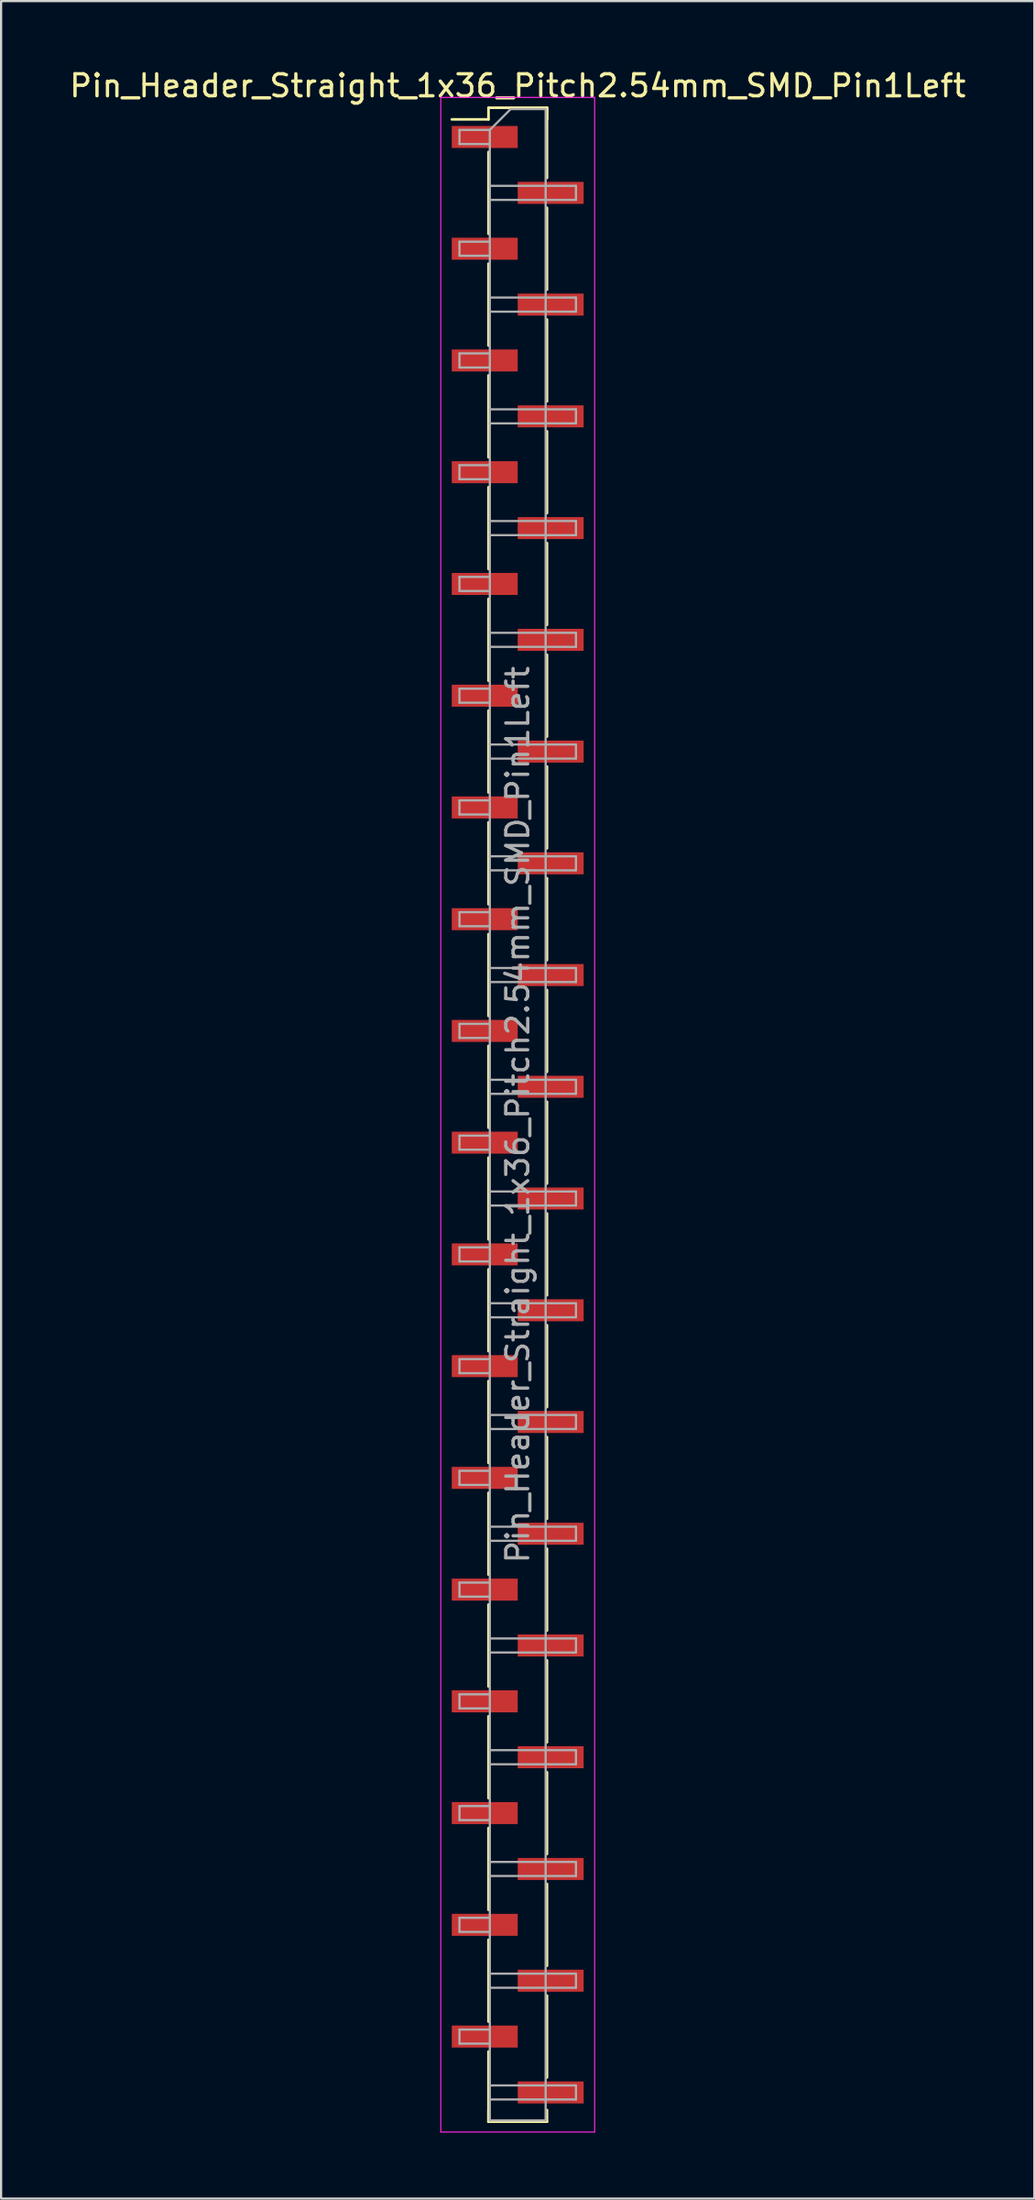
<source format=kicad_pcb>
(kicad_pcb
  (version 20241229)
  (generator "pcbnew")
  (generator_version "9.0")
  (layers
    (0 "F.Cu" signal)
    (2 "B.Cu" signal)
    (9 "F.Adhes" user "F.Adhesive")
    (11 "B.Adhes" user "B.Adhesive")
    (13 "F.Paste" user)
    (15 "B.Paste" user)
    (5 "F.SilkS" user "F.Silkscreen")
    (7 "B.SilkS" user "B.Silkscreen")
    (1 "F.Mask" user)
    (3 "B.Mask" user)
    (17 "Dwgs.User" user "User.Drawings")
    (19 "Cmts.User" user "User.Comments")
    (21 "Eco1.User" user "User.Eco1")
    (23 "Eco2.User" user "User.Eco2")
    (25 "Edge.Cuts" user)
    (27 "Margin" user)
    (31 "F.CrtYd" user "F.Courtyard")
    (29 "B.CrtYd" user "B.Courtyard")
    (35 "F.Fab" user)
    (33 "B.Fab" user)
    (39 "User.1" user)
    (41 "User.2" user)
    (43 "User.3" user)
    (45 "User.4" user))
  (footprint "Pin_Header_Straight_1x36_Pitch2.54mm_SMD_Pin1Left"
    (layer "F.Cu")
    (at 20.506 47.628)
    (property "Reference" "Pin_Header_Straight_1x36_Pitch2.54mm_SMD_Pin1Left" (at 0 -46.78 0) (layer "F.SilkS") (effects (font (size 1 1) (thickness 0.15))))
    (attr smd)
    (fp_line (start -1.33 -45.78) (end 1.33 -45.78) (stroke (width 0.12) (type solid)) (layer "F.SilkS"))
    (fp_line (start -1.33 -45.25) (end -3 -45.25) (stroke (width 0.12) (type solid)) (layer "F.SilkS"))
    (fp_line (start -1.33 -45.25) (end -1.33 -45.78) (stroke (width 0.12) (type solid)) (layer "F.SilkS"))
    (fp_line (start -1.33 -43.77) (end -1.33 -40.05) (stroke (width 0.12) (type solid)) (layer "F.SilkS"))
    (fp_line (start -1.33 -38.69) (end -1.33 -34.97) (stroke (width 0.12) (type solid)) (layer "F.SilkS"))
    (fp_line (start -1.33 -33.61) (end -1.33 -29.89) (stroke (width 0.12) (type solid)) (layer "F.SilkS"))
    (fp_line (start -1.33 -28.53) (end -1.33 -24.81) (stroke (width 0.12) (type solid)) (layer "F.SilkS"))
    (fp_line (start -1.33 -23.45) (end -1.33 -19.73) (stroke (width 0.12) (type solid)) (layer "F.SilkS"))
    (fp_line (start -1.33 -18.37) (end -1.33 -14.65) (stroke (width 0.12) (type solid)) (layer "F.SilkS"))
    (fp_line (start -1.33 -13.29) (end -1.33 -9.57) (stroke (width 0.12) (type solid)) (layer "F.SilkS"))
    (fp_line (start -1.33 -8.21) (end -1.33 -4.49) (stroke (width 0.12) (type solid)) (layer "F.SilkS"))
    (fp_line (start -1.33 -3.13) (end -1.33 0.59) (stroke (width 0.12) (type solid)) (layer "F.SilkS"))
    (fp_line (start -1.33 1.95) (end -1.33 5.67) (stroke (width 0.12) (type solid)) (layer "F.SilkS"))
    (fp_line (start -1.33 7.03) (end -1.33 10.75) (stroke (width 0.12) (type solid)) (layer "F.SilkS"))
    (fp_line (start -1.33 12.11) (end -1.33 15.83) (stroke (width 0.12) (type solid)) (layer "F.SilkS"))
    (fp_line (start -1.33 17.19) (end -1.33 20.91) (stroke (width 0.12) (type solid)) (layer "F.SilkS"))
    (fp_line (start -1.33 22.27) (end -1.33 25.99) (stroke (width 0.12) (type solid)) (layer "F.SilkS"))
    (fp_line (start -1.33 27.35) (end -1.33 31.07) (stroke (width 0.12) (type solid)) (layer "F.SilkS"))
    (fp_line (start -1.33 32.43) (end -1.33 36.15) (stroke (width 0.12) (type solid)) (layer "F.SilkS"))
    (fp_line (start -1.33 37.51) (end -1.33 41.23) (stroke (width 0.12) (type solid)) (layer "F.SilkS"))
    (fp_line (start -1.33 42.59) (end -1.33 45.78) (stroke (width 0.12) (type solid)) (layer "F.SilkS"))
    (fp_line (start -1.33 45.25) (end -1.33 45.78) (stroke (width 0.12) (type solid)) (layer "F.SilkS"))
    (fp_line (start -1.33 45.78) (end 1.33 45.78) (stroke (width 0.12) (type solid)) (layer "F.SilkS"))
    (fp_line (start 1.33 -45.78) (end 1.33 -45.25) (stroke (width 0.12) (type solid)) (layer "F.SilkS"))
    (fp_line (start 1.33 -45.78) (end 1.33 -42.59) (stroke (width 0.12) (type solid)) (layer "F.SilkS"))
    (fp_line (start 1.33 -41.23) (end 1.33 -37.51) (stroke (width 0.12) (type solid)) (layer "F.SilkS"))
    (fp_line (start 1.33 -36.15) (end 1.33 -32.43) (stroke (width 0.12) (type solid)) (layer "F.SilkS"))
    (fp_line (start 1.33 -31.07) (end 1.33 -27.35) (stroke (width 0.12) (type solid)) (layer "F.SilkS"))
    (fp_line (start 1.33 -25.99) (end 1.33 -22.27) (stroke (width 0.12) (type solid)) (layer "F.SilkS"))
    (fp_line (start 1.33 -20.91) (end 1.33 -17.19) (stroke (width 0.12) (type solid)) (layer "F.SilkS"))
    (fp_line (start 1.33 -15.83) (end 1.33 -12.11) (stroke (width 0.12) (type solid)) (layer "F.SilkS"))
    (fp_line (start 1.33 -10.75) (end 1.33 -7.03) (stroke (width 0.12) (type solid)) (layer "F.SilkS"))
    (fp_line (start 1.33 -5.67) (end 1.33 -1.95) (stroke (width 0.12) (type solid)) (layer "F.SilkS"))
    (fp_line (start 1.33 -0.59) (end 1.33 3.13) (stroke (width 0.12) (type solid)) (layer "F.SilkS"))
    (fp_line (start 1.33 4.49) (end 1.33 8.21) (stroke (width 0.12) (type solid)) (layer "F.SilkS"))
    (fp_line (start 1.33 9.57) (end 1.33 13.29) (stroke (width 0.12) (type solid)) (layer "F.SilkS"))
    (fp_line (start 1.33 14.65) (end 1.33 18.37) (stroke (width 0.12) (type solid)) (layer "F.SilkS"))
    (fp_line (start 1.33 19.73) (end 1.33 23.45) (stroke (width 0.12) (type solid)) (layer "F.SilkS"))
    (fp_line (start 1.33 24.81) (end 1.33 28.53) (stroke (width 0.12) (type solid)) (layer "F.SilkS"))
    (fp_line (start 1.33 29.89) (end 1.33 33.61) (stroke (width 0.12) (type solid)) (layer "F.SilkS"))
    (fp_line (start 1.33 34.97) (end 1.33 38.69) (stroke (width 0.12) (type solid)) (layer "F.SilkS"))
    (fp_line (start 1.33 40.05) (end 1.33 43.77) (stroke (width 0.12) (type solid)) (layer "F.SilkS"))
    (fp_line (start 1.33 45.78) (end 1.33 45.25) (stroke (width 0.12) (type solid)) (layer "F.SilkS"))
    (fp_line (start -3.5 -46.25) (end -3.5 46.25) (stroke (width 0.05) (type solid)) (layer "F.CrtYd"))
    (fp_line (start -3.5 46.25) (end 3.5 46.25) (stroke (width 0.05) (type solid)) (layer "F.CrtYd"))
    (fp_line (start 3.5 -46.25) (end -3.5 -46.25) (stroke (width 0.05) (type solid)) (layer "F.CrtYd"))
    (fp_line (start 3.5 46.25) (end 3.5 -46.25) (stroke (width 0.05) (type solid)) (layer "F.CrtYd"))
    (fp_line (start -2.65 -44.77) (end -2.65 -44.13) (stroke (width 0.1) (type solid)) (layer "F.Fab"))
    (fp_line (start -2.65 -44.13) (end -1.27 -44.13) (stroke (width 0.1) (type solid)) (layer "F.Fab"))
    (fp_line (start -2.65 -39.69) (end -2.65 -39.05) (stroke (width 0.1) (type solid)) (layer "F.Fab"))
    (fp_line (start -2.65 -39.05) (end -1.27 -39.05) (stroke (width 0.1) (type solid)) (layer "F.Fab"))
    (fp_line (start -2.65 -34.61) (end -2.65 -33.97) (stroke (width 0.1) (type solid)) (layer "F.Fab"))
    (fp_line (start -2.65 -33.97) (end -1.27 -33.97) (stroke (width 0.1) (type solid)) (layer "F.Fab"))
    (fp_line (start -2.65 -29.53) (end -2.65 -28.89) (stroke (width 0.1) (type solid)) (layer "F.Fab"))
    (fp_line (start -2.65 -28.89) (end -1.27 -28.89) (stroke (width 0.1) (type solid)) (layer "F.Fab"))
    (fp_line (start -2.65 -24.45) (end -2.65 -23.81) (stroke (width 0.1) (type solid)) (layer "F.Fab"))
    (fp_line (start -2.65 -23.81) (end -1.27 -23.81) (stroke (width 0.1) (type solid)) (layer "F.Fab"))
    (fp_line (start -2.65 -19.37) (end -2.65 -18.73) (stroke (width 0.1) (type solid)) (layer "F.Fab"))
    (fp_line (start -2.65 -18.73) (end -1.27 -18.73) (stroke (width 0.1) (type solid)) (layer "F.Fab"))
    (fp_line (start -2.65 -14.29) (end -2.65 -13.65) (stroke (width 0.1) (type solid)) (layer "F.Fab"))
    (fp_line (start -2.65 -13.65) (end -1.27 -13.65) (stroke (width 0.1) (type solid)) (layer "F.Fab"))
    (fp_line (start -2.65 -9.21) (end -2.65 -8.57) (stroke (width 0.1) (type solid)) (layer "F.Fab"))
    (fp_line (start -2.65 -8.57) (end -1.27 -8.57) (stroke (width 0.1) (type solid)) (layer "F.Fab"))
    (fp_line (start -2.65 -4.13) (end -2.65 -3.49) (stroke (width 0.1) (type solid)) (layer "F.Fab"))
    (fp_line (start -2.65 -3.49) (end -1.27 -3.49) (stroke (width 0.1) (type solid)) (layer "F.Fab"))
    (fp_line (start -2.65 0.95) (end -2.65 1.59) (stroke (width 0.1) (type solid)) (layer "F.Fab"))
    (fp_line (start -2.65 1.59) (end -1.27 1.59) (stroke (width 0.1) (type solid)) (layer "F.Fab"))
    (fp_line (start -2.65 6.03) (end -2.65 6.67) (stroke (width 0.1) (type solid)) (layer "F.Fab"))
    (fp_line (start -2.65 6.67) (end -1.27 6.67) (stroke (width 0.1) (type solid)) (layer "F.Fab"))
    (fp_line (start -2.65 11.11) (end -2.65 11.75) (stroke (width 0.1) (type solid)) (layer "F.Fab"))
    (fp_line (start -2.65 11.75) (end -1.27 11.75) (stroke (width 0.1) (type solid)) (layer "F.Fab"))
    (fp_line (start -2.65 16.19) (end -2.65 16.83) (stroke (width 0.1) (type solid)) (layer "F.Fab"))
    (fp_line (start -2.65 16.83) (end -1.27 16.83) (stroke (width 0.1) (type solid)) (layer "F.Fab"))
    (fp_line (start -2.65 21.27) (end -2.65 21.91) (stroke (width 0.1) (type solid)) (layer "F.Fab"))
    (fp_line (start -2.65 21.91) (end -1.27 21.91) (stroke (width 0.1) (type solid)) (layer "F.Fab"))
    (fp_line (start -2.65 26.35) (end -2.65 26.99) (stroke (width 0.1) (type solid)) (layer "F.Fab"))
    (fp_line (start -2.65 26.99) (end -1.27 26.99) (stroke (width 0.1) (type solid)) (layer "F.Fab"))
    (fp_line (start -2.65 31.43) (end -2.65 32.07) (stroke (width 0.1) (type solid)) (layer "F.Fab"))
    (fp_line (start -2.65 32.07) (end -1.27 32.07) (stroke (width 0.1) (type solid)) (layer "F.Fab"))
    (fp_line (start -2.65 36.51) (end -2.65 37.15) (stroke (width 0.1) (type solid)) (layer "F.Fab"))
    (fp_line (start -2.65 37.15) (end -1.27 37.15) (stroke (width 0.1) (type solid)) (layer "F.Fab"))
    (fp_line (start -2.65 41.59) (end -2.65 42.23) (stroke (width 0.1) (type solid)) (layer "F.Fab"))
    (fp_line (start -2.65 42.23) (end -1.27 42.23) (stroke (width 0.1) (type solid)) (layer "F.Fab"))
    (fp_line (start -1.27 -44.77) (end -2.65 -44.77) (stroke (width 0.1) (type solid)) (layer "F.Fab"))
    (fp_line (start -1.27 -44.77) (end -0.32 -45.72) (stroke (width 0.1) (type solid)) (layer "F.Fab"))
    (fp_line (start -1.27 -42.23) (end 2.65 -42.23) (stroke (width 0.1) (type solid)) (layer "F.Fab"))
    (fp_line (start -1.27 -39.69) (end -2.65 -39.69) (stroke (width 0.1) (type solid)) (layer "F.Fab"))
    (fp_line (start -1.27 -37.15) (end 2.65 -37.15) (stroke (width 0.1) (type solid)) (layer "F.Fab"))
    (fp_line (start -1.27 -34.61) (end -2.65 -34.61) (stroke (width 0.1) (type solid)) (layer "F.Fab"))
    (fp_line (start -1.27 -32.07) (end 2.65 -32.07) (stroke (width 0.1) (type solid)) (layer "F.Fab"))
    (fp_line (start -1.27 -29.53) (end -2.65 -29.53) (stroke (width 0.1) (type solid)) (layer "F.Fab"))
    (fp_line (start -1.27 -26.99) (end 2.65 -26.99) (stroke (width 0.1) (type solid)) (layer "F.Fab"))
    (fp_line (start -1.27 -24.45) (end -2.65 -24.45) (stroke (width 0.1) (type solid)) (layer "F.Fab"))
    (fp_line (start -1.27 -21.91) (end 2.65 -21.91) (stroke (width 0.1) (type solid)) (layer "F.Fab"))
    (fp_line (start -1.27 -19.37) (end -2.65 -19.37) (stroke (width 0.1) (type solid)) (layer "F.Fab"))
    (fp_line (start -1.27 -16.83) (end 2.65 -16.83) (stroke (width 0.1) (type solid)) (layer "F.Fab"))
    (fp_line (start -1.27 -14.29) (end -2.65 -14.29) (stroke (width 0.1) (type solid)) (layer "F.Fab"))
    (fp_line (start -1.27 -11.75) (end 2.65 -11.75) (stroke (width 0.1) (type solid)) (layer "F.Fab"))
    (fp_line (start -1.27 -9.21) (end -2.65 -9.21) (stroke (width 0.1) (type solid)) (layer "F.Fab"))
    (fp_line (start -1.27 -6.67) (end 2.65 -6.67) (stroke (width 0.1) (type solid)) (layer "F.Fab"))
    (fp_line (start -1.27 -4.13) (end -2.65 -4.13) (stroke (width 0.1) (type solid)) (layer "F.Fab"))
    (fp_line (start -1.27 -1.59) (end 2.65 -1.59) (stroke (width 0.1) (type solid)) (layer "F.Fab"))
    (fp_line (start -1.27 0.95) (end -2.65 0.95) (stroke (width 0.1) (type solid)) (layer "F.Fab"))
    (fp_line (start -1.27 3.49) (end 2.65 3.49) (stroke (width 0.1) (type solid)) (layer "F.Fab"))
    (fp_line (start -1.27 6.03) (end -2.65 6.03) (stroke (width 0.1) (type solid)) (layer "F.Fab"))
    (fp_line (start -1.27 8.57) (end 2.65 8.57) (stroke (width 0.1) (type solid)) (layer "F.Fab"))
    (fp_line (start -1.27 11.11) (end -2.65 11.11) (stroke (width 0.1) (type solid)) (layer "F.Fab"))
    (fp_line (start -1.27 13.65) (end 2.65 13.65) (stroke (width 0.1) (type solid)) (layer "F.Fab"))
    (fp_line (start -1.27 16.19) (end -2.65 16.19) (stroke (width 0.1) (type solid)) (layer "F.Fab"))
    (fp_line (start -1.27 18.73) (end 2.65 18.73) (stroke (width 0.1) (type solid)) (layer "F.Fab"))
    (fp_line (start -1.27 21.27) (end -2.65 21.27) (stroke (width 0.1) (type solid)) (layer "F.Fab"))
    (fp_line (start -1.27 23.81) (end 2.65 23.81) (stroke (width 0.1) (type solid)) (layer "F.Fab"))
    (fp_line (start -1.27 26.35) (end -2.65 26.35) (stroke (width 0.1) (type solid)) (layer "F.Fab"))
    (fp_line (start -1.27 28.89) (end 2.65 28.89) (stroke (width 0.1) (type solid)) (layer "F.Fab"))
    (fp_line (start -1.27 31.43) (end -2.65 31.43) (stroke (width 0.1) (type solid)) (layer "F.Fab"))
    (fp_line (start -1.27 33.97) (end 2.65 33.97) (stroke (width 0.1) (type solid)) (layer "F.Fab"))
    (fp_line (start -1.27 36.51) (end -2.65 36.51) (stroke (width 0.1) (type solid)) (layer "F.Fab"))
    (fp_line (start -1.27 39.05) (end 2.65 39.05) (stroke (width 0.1) (type solid)) (layer "F.Fab"))
    (fp_line (start -1.27 41.59) (end -2.65 41.59) (stroke (width 0.1) (type solid)) (layer "F.Fab"))
    (fp_line (start -1.27 44.13) (end 2.65 44.13) (stroke (width 0.1) (type solid)) (layer "F.Fab"))
    (fp_line (start -1.27 45.72) (end -1.27 -44.77) (stroke (width 0.1) (type solid)) (layer "F.Fab"))
    (fp_line (start -0.32 -45.72) (end 1.27 -45.72) (stroke (width 0.1) (type solid)) (layer "F.Fab"))
    (fp_line (start 1.27 -45.72) (end 1.27 45.72) (stroke (width 0.1) (type solid)) (layer "F.Fab"))
    (fp_line (start 1.27 45.72) (end -1.27 45.72) (stroke (width 0.1) (type solid)) (layer "F.Fab"))
    (fp_line (start 2.65 -42.23) (end 2.65 -41.59) (stroke (width 0.1) (type solid)) (layer "F.Fab"))
    (fp_line (start 2.65 -41.59) (end -1.27 -41.59) (stroke (width 0.1) (type solid)) (layer "F.Fab"))
    (fp_line (start 2.65 -37.15) (end 2.65 -36.51) (stroke (width 0.1) (type solid)) (layer "F.Fab"))
    (fp_line (start 2.65 -36.51) (end -1.27 -36.51) (stroke (width 0.1) (type solid)) (layer "F.Fab"))
    (fp_line (start 2.65 -32.07) (end 2.65 -31.43) (stroke (width 0.1) (type solid)) (layer "F.Fab"))
    (fp_line (start 2.65 -31.43) (end -1.27 -31.43) (stroke (width 0.1) (type solid)) (layer "F.Fab"))
    (fp_line (start 2.65 -26.99) (end 2.65 -26.35) (stroke (width 0.1) (type solid)) (layer "F.Fab"))
    (fp_line (start 2.65 -26.35) (end -1.27 -26.35) (stroke (width 0.1) (type solid)) (layer "F.Fab"))
    (fp_line (start 2.65 -21.91) (end 2.65 -21.27) (stroke (width 0.1) (type solid)) (layer "F.Fab"))
    (fp_line (start 2.65 -21.27) (end -1.27 -21.27) (stroke (width 0.1) (type solid)) (layer "F.Fab"))
    (fp_line (start 2.65 -16.83) (end 2.65 -16.19) (stroke (width 0.1) (type solid)) (layer "F.Fab"))
    (fp_line (start 2.65 -16.19) (end -1.27 -16.19) (stroke (width 0.1) (type solid)) (layer "F.Fab"))
    (fp_line (start 2.65 -11.75) (end 2.65 -11.11) (stroke (width 0.1) (type solid)) (layer "F.Fab"))
    (fp_line (start 2.65 -11.11) (end -1.27 -11.11) (stroke (width 0.1) (type solid)) (layer "F.Fab"))
    (fp_line (start 2.65 -6.67) (end 2.65 -6.03) (stroke (width 0.1) (type solid)) (layer "F.Fab"))
    (fp_line (start 2.65 -6.03) (end -1.27 -6.03) (stroke (width 0.1) (type solid)) (layer "F.Fab"))
    (fp_line (start 2.65 -1.59) (end 2.65 -0.95) (stroke (width 0.1) (type solid)) (layer "F.Fab"))
    (fp_line (start 2.65 -0.95) (end -1.27 -0.95) (stroke (width 0.1) (type solid)) (layer "F.Fab"))
    (fp_line (start 2.65 3.49) (end 2.65 4.13) (stroke (width 0.1) (type solid)) (layer "F.Fab"))
    (fp_line (start 2.65 4.13) (end -1.27 4.13) (stroke (width 0.1) (type solid)) (layer "F.Fab"))
    (fp_line (start 2.65 8.57) (end 2.65 9.21) (stroke (width 0.1) (type solid)) (layer "F.Fab"))
    (fp_line (start 2.65 9.21) (end -1.27 9.21) (stroke (width 0.1) (type solid)) (layer "F.Fab"))
    (fp_line (start 2.65 13.65) (end 2.65 14.29) (stroke (width 0.1) (type solid)) (layer "F.Fab"))
    (fp_line (start 2.65 14.29) (end -1.27 14.29) (stroke (width 0.1) (type solid)) (layer "F.Fab"))
    (fp_line (start 2.65 18.73) (end 2.65 19.37) (stroke (width 0.1) (type solid)) (layer "F.Fab"))
    (fp_line (start 2.65 19.37) (end -1.27 19.37) (stroke (width 0.1) (type solid)) (layer "F.Fab"))
    (fp_line (start 2.65 23.81) (end 2.65 24.45) (stroke (width 0.1) (type solid)) (layer "F.Fab"))
    (fp_line (start 2.65 24.45) (end -1.27 24.45) (stroke (width 0.1) (type solid)) (layer "F.Fab"))
    (fp_line (start 2.65 28.89) (end 2.65 29.53) (stroke (width 0.1) (type solid)) (layer "F.Fab"))
    (fp_line (start 2.65 29.53) (end -1.27 29.53) (stroke (width 0.1) (type solid)) (layer "F.Fab"))
    (fp_line (start 2.65 33.97) (end 2.65 34.61) (stroke (width 0.1) (type solid)) (layer "F.Fab"))
    (fp_line (start 2.65 34.61) (end -1.27 34.61) (stroke (width 0.1) (type solid)) (layer "F.Fab"))
    (fp_line (start 2.65 39.05) (end 2.65 39.69) (stroke (width 0.1) (type solid)) (layer "F.Fab"))
    (fp_line (start 2.65 39.69) (end -1.27 39.69) (stroke (width 0.1) (type solid)) (layer "F.Fab"))
    (fp_line (start 2.65 44.13) (end 2.65 44.77) (stroke (width 0.1) (type solid)) (layer "F.Fab"))
    (fp_line (start 2.65 44.77) (end -1.27 44.77) (stroke (width 0.1) (type solid)) (layer "F.Fab"))
    (fp_text user "${REFERENCE}" (at 0 0 90) (layer "F.Fab") (effects (font (size 1 1) (thickness 0.15))))
    (pad "1" smd rect (at -1.5 -44.45) (size 3 1) (layers "F.Cu" "F.Mask" "F.Paste"))
    (pad "2" smd rect (at 1.5 -41.91) (size 3 1) (layers "F.Cu" "F.Mask" "F.Paste"))
    (pad "3" smd rect (at -1.5 -39.37) (size 3 1) (layers "F.Cu" "F.Mask" "F.Paste"))
    (pad "4" smd rect (at 1.5 -36.83) (size 3 1) (layers "F.Cu" "F.Mask" "F.Paste"))
    (pad "5" smd rect (at -1.5 -34.29) (size 3 1) (layers "F.Cu" "F.Mask" "F.Paste"))
    (pad "6" smd rect (at 1.5 -31.75) (size 3 1) (layers "F.Cu" "F.Mask" "F.Paste"))
    (pad "7" smd rect (at -1.5 -29.21) (size 3 1) (layers "F.Cu" "F.Mask" "F.Paste"))
    (pad "8" smd rect (at 1.5 -26.67) (size 3 1) (layers "F.Cu" "F.Mask" "F.Paste"))
    (pad "9" smd rect (at -1.5 -24.13) (size 3 1) (layers "F.Cu" "F.Mask" "F.Paste"))
    (pad "10" smd rect (at 1.5 -21.59) (size 3 1) (layers "F.Cu" "F.Mask" "F.Paste"))
    (pad "11" smd rect (at -1.5 -19.05) (size 3 1) (layers "F.Cu" "F.Mask" "F.Paste"))
    (pad "12" smd rect (at 1.5 -16.51) (size 3 1) (layers "F.Cu" "F.Mask" "F.Paste"))
    (pad "13" smd rect (at -1.5 -13.97) (size 3 1) (layers "F.Cu" "F.Mask" "F.Paste"))
    (pad "14" smd rect (at 1.5 -11.43) (size 3 1) (layers "F.Cu" "F.Mask" "F.Paste"))
    (pad "15" smd rect (at -1.5 -8.89) (size 3 1) (layers "F.Cu" "F.Mask" "F.Paste"))
    (pad "16" smd rect (at 1.5 -6.35) (size 3 1) (layers "F.Cu" "F.Mask" "F.Paste"))
    (pad "17" smd rect (at -1.5 -3.81) (size 3 1) (layers "F.Cu" "F.Mask" "F.Paste"))
    (pad "18" smd rect (at 1.5 -1.27) (size 3 1) (layers "F.Cu" "F.Mask" "F.Paste"))
    (pad "19" smd rect (at -1.5 1.27) (size 3 1) (layers "F.Cu" "F.Mask" "F.Paste"))
    (pad "20" smd rect (at 1.5 3.81) (size 3 1) (layers "F.Cu" "F.Mask" "F.Paste"))
    (pad "21" smd rect (at -1.5 6.35) (size 3 1) (layers "F.Cu" "F.Mask" "F.Paste"))
    (pad "22" smd rect (at 1.5 8.89) (size 3 1) (layers "F.Cu" "F.Mask" "F.Paste"))
    (pad "23" smd rect (at -1.5 11.43) (size 3 1) (layers "F.Cu" "F.Mask" "F.Paste"))
    (pad "24" smd rect (at 1.5 13.97) (size 3 1) (layers "F.Cu" "F.Mask" "F.Paste"))
    (pad "25" smd rect (at -1.5 16.51) (size 3 1) (layers "F.Cu" "F.Mask" "F.Paste"))
    (pad "26" smd rect (at 1.5 19.05) (size 3 1) (layers "F.Cu" "F.Mask" "F.Paste"))
    (pad "27" smd rect (at -1.5 21.59) (size 3 1) (layers "F.Cu" "F.Mask" "F.Paste"))
    (pad "28" smd rect (at 1.5 24.13) (size 3 1) (layers "F.Cu" "F.Mask" "F.Paste"))
    (pad "29" smd rect (at -1.5 26.67) (size 3 1) (layers "F.Cu" "F.Mask" "F.Paste"))
    (pad "30" smd rect (at 1.5 29.21) (size 3 1) (layers "F.Cu" "F.Mask" "F.Paste"))
    (pad "31" smd rect (at -1.5 31.75) (size 3 1) (layers "F.Cu" "F.Mask" "F.Paste"))
    (pad "32" smd rect (at 1.5 34.29) (size 3 1) (layers "F.Cu" "F.Mask" "F.Paste"))
    (pad "33" smd rect (at -1.5 36.83) (size 3 1) (layers "F.Cu" "F.Mask" "F.Paste"))
    (pad "34" smd rect (at 1.5 39.37) (size 3 1) (layers "F.Cu" "F.Mask" "F.Paste"))
    (pad "35" smd rect (at -1.5 41.91) (size 3 1) (layers "F.Cu" "F.Mask" "F.Paste"))
    (pad "36" smd rect (at 1.5 44.45) (size 3 1) (layers "F.Cu" "F.Mask" "F.Paste")))
  (gr_rect
    (start -3 -3)
    (end 44.012 96.903)
    (stroke (width 0.1) (type default))
    (fill no)
    (layer "Edge.Cuts")))
</source>
